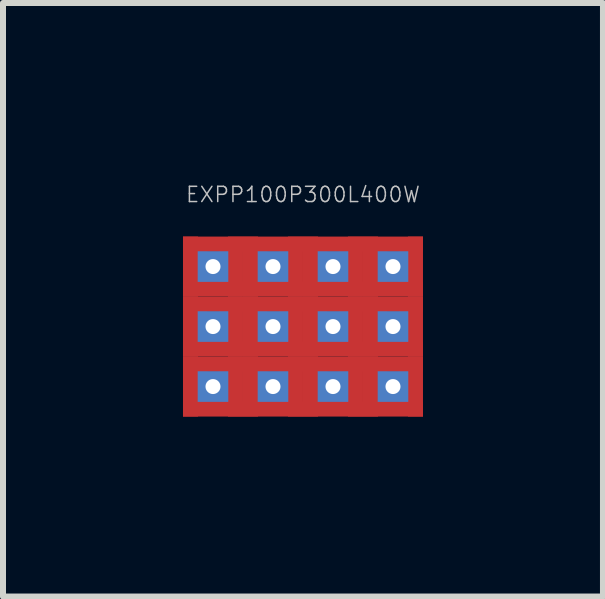
<source format=kicad_pcb>
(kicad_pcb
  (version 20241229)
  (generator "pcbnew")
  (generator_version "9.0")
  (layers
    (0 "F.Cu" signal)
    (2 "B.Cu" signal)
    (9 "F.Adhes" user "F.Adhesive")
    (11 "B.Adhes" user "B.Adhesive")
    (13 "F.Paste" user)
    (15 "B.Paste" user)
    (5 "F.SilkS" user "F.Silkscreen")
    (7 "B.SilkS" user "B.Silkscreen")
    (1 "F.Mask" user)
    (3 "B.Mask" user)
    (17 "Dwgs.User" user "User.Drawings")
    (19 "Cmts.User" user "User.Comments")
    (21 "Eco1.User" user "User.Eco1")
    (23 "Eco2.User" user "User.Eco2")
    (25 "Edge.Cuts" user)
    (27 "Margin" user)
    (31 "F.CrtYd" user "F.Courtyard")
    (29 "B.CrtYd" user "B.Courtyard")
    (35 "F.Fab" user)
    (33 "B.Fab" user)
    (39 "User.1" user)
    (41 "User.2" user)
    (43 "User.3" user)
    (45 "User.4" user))
  (footprint "EXPP100P300L400W"
    (layer "F.Cu")
    (at 2 2.393)
    (property "Reference" "EXPP100P300L400W" (at 0 -2.2 0) (layer "Dwgs.User") (effects (font (size 0.254 0.254) (thickness 0.025))))
    (attr smd)
    (pad "1" smd rect (at -1.875 -1) (size 0.25 1) (layers "F.Cu" "F.Mask"))
    (pad "1" smd rect (at -1.875 0) (size 0.25 1) (layers "F.Cu" "F.Mask"))
    (pad "1" smd rect (at -1.875 1) (size 0.25 1) (layers "F.Cu" "F.Mask"))
    (pad "1" smd rect (at -1.77 -1.27) (size 0.35 0.35) (layers "F.Cu" "F.Mask" "F.Paste"))
    (pad "1" smd rect (at -1.77 -0.73) (size 0.35 0.35) (layers "F.Cu" "F.Paste"))
    (pad "1" smd rect (at -1.77 -0.27) (size 0.35 0.35) (layers "F.Cu" "F.Mask" "F.Paste"))
    (pad "1" smd rect (at -1.77 0.27) (size 0.35 0.35) (layers "F.Cu" "F.Paste"))
    (pad "1" smd rect (at -1.77 0.73) (size 0.35 0.35) (layers "F.Cu" "F.Mask" "F.Paste"))
    (pad "1" smd rect (at -1.77 1.27) (size 0.35 0.35) (layers "F.Cu" "F.Paste"))
    (pad "1" smd rect (at -1.5 -1.375) (size 1 0.25) (layers "F.Cu" "F.Mask"))
    (pad "1" thru_hole rect (at -1.5 -1) (size 0.51 0.51) (drill 0.25) (layers "*.Cu"))
    (pad "1" smd rect (at -1.5 -0.625) (size 1 0.25) (layers "F.Cu" "F.Mask"))
    (pad "1" smd rect (at -1.5 -0.375) (size 1 0.25) (layers "F.Cu" "F.Mask"))
    (pad "1" thru_hole rect (at -1.5 0) (size 0.51 0.51) (drill 0.25) (layers "*.Cu"))
    (pad "1" smd rect (at -1.5 0.375) (size 1 0.25) (layers "F.Cu" "F.Mask"))
    (pad "1" smd rect (at -1.5 0.625) (size 1 0.25) (layers "F.Cu" "F.Mask"))
    (pad "1" thru_hole rect (at -1.5 1) (size 0.51 0.51) (drill 0.25) (layers "*.Cu"))
    (pad "1" smd rect (at -1.5 1.375) (size 1 0.25) (layers "F.Cu" "F.Mask"))
    (pad "1" smd rect (at -1.23 -1.27) (size 0.35 0.35) (layers "F.Cu" "F.Paste"))
    (pad "1" smd rect (at -1.23 -0.73) (size 0.35 0.35) (layers "F.Cu" "F.Paste"))
    (pad "1" smd rect (at -1.23 -0.27) (size 0.35 0.35) (layers "F.Cu" "F.Paste"))
    (pad "1" smd rect (at -1.23 0.27) (size 0.35 0.35) (layers "F.Cu" "F.Paste"))
    (pad "1" smd rect (at -1.23 0.73) (size 0.35 0.35) (layers "F.Cu" "F.Paste"))
    (pad "1" smd rect (at -1.23 1.27) (size 0.35 0.35) (layers "F.Cu" "F.Paste"))
    (pad "1" smd rect (at -1.125 -1) (size 0.25 1) (layers "F.Cu" "F.Mask"))
    (pad "1" smd rect (at -1.125 0) (size 0.25 1) (layers "F.Cu" "F.Mask"))
    (pad "1" smd rect (at -1.125 1) (size 0.25 1) (layers "F.Cu" "F.Mask"))
    (pad "1" smd rect (at -0.875 -1) (size 0.25 1) (layers "F.Cu" "F.Mask"))
    (pad "1" smd rect (at -0.875 0) (size 0.25 1) (layers "F.Cu" "F.Mask"))
    (pad "1" smd rect (at -0.875 1) (size 0.25 1) (layers "F.Cu" "F.Mask"))
    (pad "1" smd rect (at -0.77 -1.27) (size 0.35 0.35) (layers "F.Cu" "F.Mask" "F.Paste"))
    (pad "1" smd rect (at -0.77 -0.73) (size 0.35 0.35) (layers "F.Cu" "F.Paste"))
    (pad "1" smd rect (at -0.77 -0.27) (size 0.35 0.35) (layers "F.Cu" "F.Mask" "F.Paste"))
    (pad "1" smd rect (at -0.77 0.27) (size 0.35 0.35) (layers "F.Cu" "F.Paste"))
    (pad "1" smd rect (at -0.77 0.73) (size 0.35 0.35) (layers "F.Cu" "F.Mask" "F.Paste"))
    (pad "1" smd rect (at -0.77 1.27) (size 0.35 0.35) (layers "F.Cu" "F.Paste"))
    (pad "1" smd rect (at -0.5 -1.375) (size 1 0.25) (layers "F.Cu" "F.Mask"))
    (pad "1" thru_hole rect (at -0.5 -1) (size 0.51 0.51) (drill 0.25) (layers "*.Cu"))
    (pad "1" smd rect (at -0.5 -0.625) (size 1 0.25) (layers "F.Cu" "F.Mask"))
    (pad "1" smd rect (at -0.5 -0.375) (size 1 0.25) (layers "F.Cu" "F.Mask"))
    (pad "1" thru_hole rect (at -0.5 0) (size 0.51 0.51) (drill 0.25) (layers "*.Cu"))
    (pad "1" smd rect (at -0.5 0.375) (size 1 0.25) (layers "F.Cu" "F.Mask"))
    (pad "1" smd rect (at -0.5 0.625) (size 1 0.25) (layers "F.Cu" "F.Mask"))
    (pad "1" thru_hole rect (at -0.5 1) (size 0.51 0.51) (drill 0.25) (layers "*.Cu"))
    (pad "1" smd rect (at -0.5 1.375) (size 1 0.25) (layers "F.Cu" "F.Mask"))
    (pad "1" smd rect (at -0.23 -1.27) (size 0.35 0.35) (layers "F.Cu" "F.Paste"))
    (pad "1" smd rect (at -0.23 -0.73) (size 0.35 0.35) (layers "F.Cu" "F.Paste"))
    (pad "1" smd rect (at -0.23 -0.27) (size 0.35 0.35) (layers "F.Cu" "F.Paste"))
    (pad "1" smd rect (at -0.23 0.27) (size 0.35 0.35) (layers "F.Cu" "F.Paste"))
    (pad "1" smd rect (at -0.23 0.73) (size 0.35 0.35) (layers "F.Cu" "F.Paste"))
    (pad "1" smd rect (at -0.23 1.27) (size 0.35 0.35) (layers "F.Cu" "F.Paste"))
    (pad "1" smd rect (at -0.125 -1) (size 0.25 1) (layers "F.Cu" "F.Mask"))
    (pad "1" smd rect (at -0.125 0) (size 0.25 1) (layers "F.Cu" "F.Mask"))
    (pad "1" smd rect (at -0.125 1) (size 0.25 1) (layers "F.Cu" "F.Mask"))
    (pad "1" smd rect (at 0.125 -1) (size 0.25 1) (layers "F.Cu" "F.Mask"))
    (pad "1" smd rect (at 0.125 0) (size 0.25 1) (layers "F.Cu" "F.Mask"))
    (pad "1" smd rect (at 0.125 1) (size 0.25 1) (layers "F.Cu" "F.Mask"))
    (pad "1" smd rect (at 0.23 -1.27) (size 0.35 0.35) (layers "F.Cu" "F.Mask" "F.Paste"))
    (pad "1" smd rect (at 0.23 -0.73) (size 0.35 0.35) (layers "F.Cu" "F.Paste"))
    (pad "1" smd rect (at 0.23 -0.27) (size 0.35 0.35) (layers "F.Cu" "F.Mask" "F.Paste"))
    (pad "1" smd rect (at 0.23 0.27) (size 0.35 0.35) (layers "F.Cu" "F.Paste"))
    (pad "1" smd rect (at 0.23 0.73) (size 0.35 0.35) (layers "F.Cu" "F.Mask" "F.Paste"))
    (pad "1" smd rect (at 0.23 1.27) (size 0.35 0.35) (layers "F.Cu" "F.Paste"))
    (pad "1" smd rect (at 0.5 -1.375) (size 1 0.25) (layers "F.Cu" "F.Mask"))
    (pad "1" thru_hole rect (at 0.5 -1) (size 0.51 0.51) (drill 0.25) (layers "*.Cu"))
    (pad "1" smd rect (at 0.5 -0.625) (size 1 0.25) (layers "F.Cu" "F.Mask"))
    (pad "1" smd rect (at 0.5 -0.375) (size 1 0.25) (layers "F.Cu" "F.Mask"))
    (pad "1" thru_hole rect (at 0.5 0) (size 0.51 0.51) (drill 0.25) (layers "*.Cu"))
    (pad "1" smd rect (at 0.5 0.375) (size 1 0.25) (layers "F.Cu" "F.Mask"))
    (pad "1" smd rect (at 0.5 0.625) (size 1 0.25) (layers "F.Cu" "F.Mask"))
    (pad "1" thru_hole rect (at 0.5 1) (size 0.51 0.51) (drill 0.25) (layers "*.Cu"))
    (pad "1" smd rect (at 0.5 1.375) (size 1 0.25) (layers "F.Cu" "F.Mask"))
    (pad "1" smd rect (at 0.77 -1.27) (size 0.35 0.35) (layers "F.Cu" "F.Paste"))
    (pad "1" smd rect (at 0.77 -0.73) (size 0.35 0.35) (layers "F.Cu" "F.Paste"))
    (pad "1" smd rect (at 0.77 -0.27) (size 0.35 0.35) (layers "F.Cu" "F.Paste"))
    (pad "1" smd rect (at 0.77 0.27) (size 0.35 0.35) (layers "F.Cu" "F.Paste"))
    (pad "1" smd rect (at 0.77 0.73) (size 0.35 0.35) (layers "F.Cu" "F.Paste"))
    (pad "1" smd rect (at 0.77 1.27) (size 0.35 0.35) (layers "F.Cu" "F.Paste"))
    (pad "1" smd rect (at 0.875 -1) (size 0.25 1) (layers "F.Cu" "F.Mask"))
    (pad "1" smd rect (at 0.875 0) (size 0.25 1) (layers "F.Cu" "F.Mask"))
    (pad "1" smd rect (at 0.875 1) (size 0.25 1) (layers "F.Cu" "F.Mask"))
    (pad "1" smd rect (at 1.125 -1) (size 0.25 1) (layers "F.Cu" "F.Mask"))
    (pad "1" smd rect (at 1.125 0) (size 0.25 1) (layers "F.Cu" "F.Mask"))
    (pad "1" smd rect (at 1.125 1) (size 0.25 1) (layers "F.Cu" "F.Mask"))
    (pad "1" smd rect (at 1.23 -1.27) (size 0.35 0.35) (layers "F.Cu" "F.Mask" "F.Paste"))
    (pad "1" smd rect (at 1.23 -0.73) (size 0.35 0.35) (layers "F.Cu" "F.Paste"))
    (pad "1" smd rect (at 1.23 -0.27) (size 0.35 0.35) (layers "F.Cu" "F.Mask" "F.Paste"))
    (pad "1" smd rect (at 1.23 0.27) (size 0.35 0.35) (layers "F.Cu" "F.Paste"))
    (pad "1" smd rect (at 1.23 0.73) (size 0.35 0.35) (layers "F.Cu" "F.Mask" "F.Paste"))
    (pad "1" smd rect (at 1.23 1.27) (size 0.35 0.35) (layers "F.Cu" "F.Paste"))
    (pad "1" smd rect (at 1.5 -1.375) (size 1 0.25) (layers "F.Cu" "F.Mask"))
    (pad "1" thru_hole rect (at 1.5 -1) (size 0.51 0.51) (drill 0.25) (layers "*.Cu"))
    (pad "1" smd rect (at 1.5 -0.625) (size 1 0.25) (layers "F.Cu" "F.Mask"))
    (pad "1" smd rect (at 1.5 -0.375) (size 1 0.25) (layers "F.Cu" "F.Mask"))
    (pad "1" thru_hole rect (at 1.5 0) (size 0.51 0.51) (drill 0.25) (layers "*.Cu"))
    (pad "1" smd rect (at 1.5 0.375) (size 1 0.25) (layers "F.Cu" "F.Mask"))
    (pad "1" smd rect (at 1.5 0.625) (size 1 0.25) (layers "F.Cu" "F.Mask"))
    (pad "1" thru_hole rect (at 1.5 1) (size 0.51 0.51) (drill 0.25) (layers "*.Cu"))
    (pad "1" smd rect (at 1.5 1.375) (size 1 0.25) (layers "F.Cu" "F.Mask"))
    (pad "1" smd rect (at 1.77 -1.27) (size 0.35 0.35) (layers "F.Cu" "F.Paste"))
    (pad "1" smd rect (at 1.77 -0.73) (size 0.35 0.35) (layers "F.Cu" "F.Paste"))
    (pad "1" smd rect (at 1.77 -0.27) (size 0.35 0.35) (layers "F.Cu" "F.Paste"))
    (pad "1" smd rect (at 1.77 0.27) (size 0.35 0.35) (layers "F.Cu" "F.Paste"))
    (pad "1" smd rect (at 1.77 0.73) (size 0.35 0.35) (layers "F.Cu" "F.Paste"))
    (pad "1" smd rect (at 1.77 1.27) (size 0.35 0.35) (layers "F.Cu" "F.Paste"))
    (pad "1" smd rect (at 1.875 -1) (size 0.25 1) (layers "F.Cu" "F.Mask"))
    (pad "1" smd rect (at 1.875 0) (size 0.25 1) (layers "F.Cu" "F.Mask"))
    (pad "1" smd rect (at 1.875 1) (size 0.25 1) (layers "F.Cu" "F.Mask")))
  (gr_rect
    (start -3 -3)
    (end 7 6.893)
    (stroke (width 0.1) (type default))
    (fill no)
    (layer "Edge.Cuts")))
</source>
